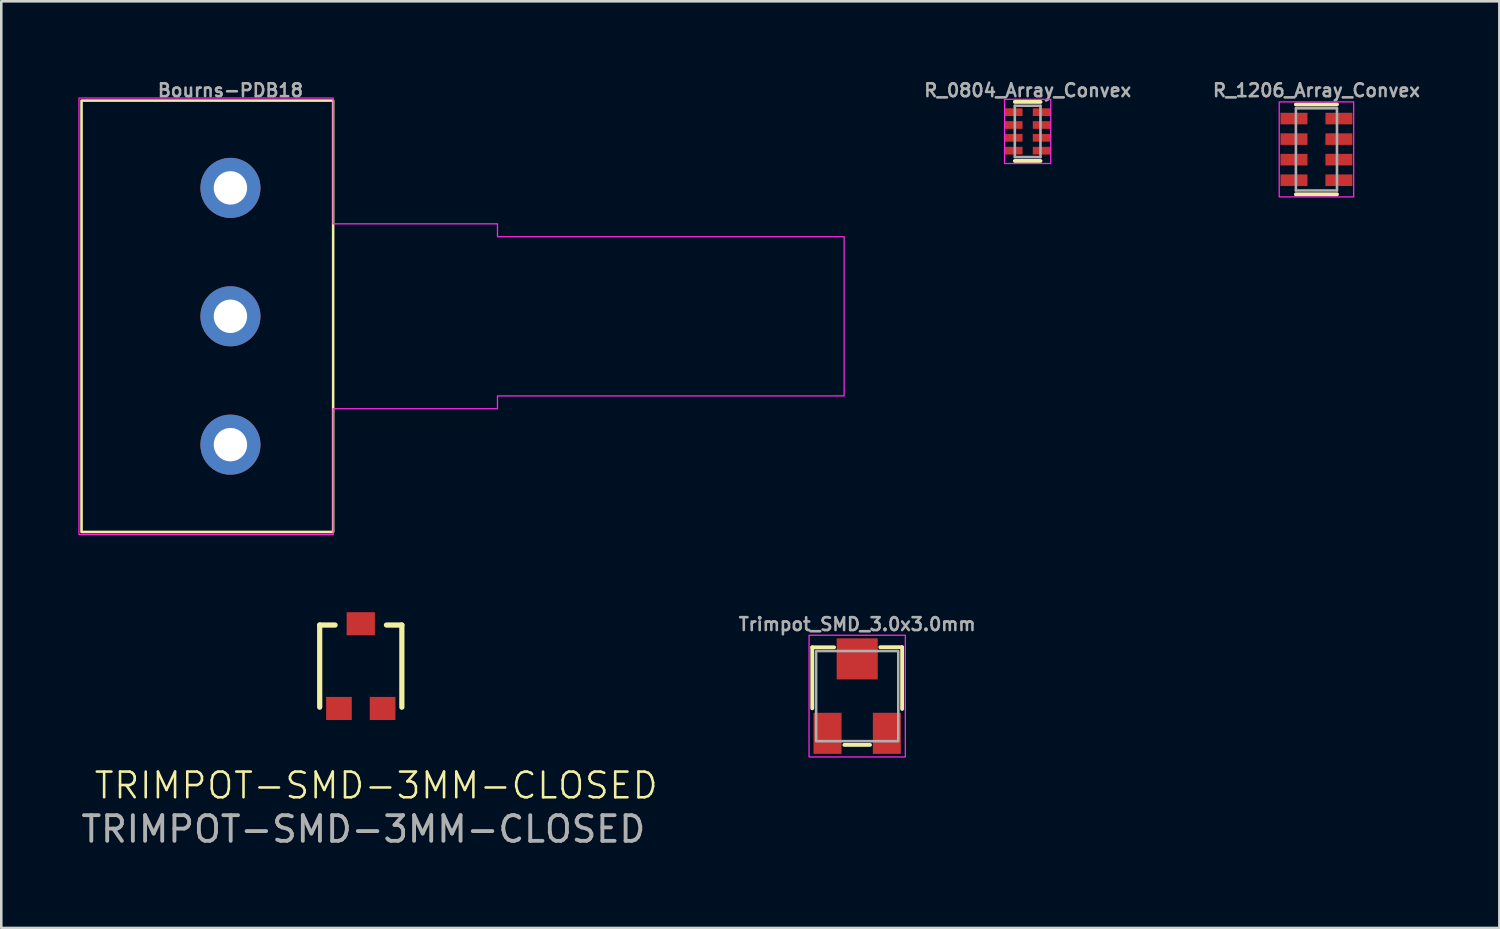
<source format=kicad_pcb>
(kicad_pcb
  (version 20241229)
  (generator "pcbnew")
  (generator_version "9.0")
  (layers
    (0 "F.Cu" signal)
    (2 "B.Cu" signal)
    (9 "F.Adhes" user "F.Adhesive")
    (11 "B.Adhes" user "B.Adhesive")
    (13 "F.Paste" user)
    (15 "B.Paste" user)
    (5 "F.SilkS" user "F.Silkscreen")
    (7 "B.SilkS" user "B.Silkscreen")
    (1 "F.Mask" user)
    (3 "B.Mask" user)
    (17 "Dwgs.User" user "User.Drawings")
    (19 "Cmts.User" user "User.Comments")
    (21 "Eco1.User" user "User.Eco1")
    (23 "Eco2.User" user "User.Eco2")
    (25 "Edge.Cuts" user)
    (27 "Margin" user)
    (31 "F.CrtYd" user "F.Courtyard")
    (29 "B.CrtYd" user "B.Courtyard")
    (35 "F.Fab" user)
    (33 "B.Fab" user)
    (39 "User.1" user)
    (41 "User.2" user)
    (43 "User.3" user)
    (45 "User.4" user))
  (footprint "R_0804_Array_Convex"
    (layer "F.Cu")
    (at 36.974 2.068)
    (property "Reference" "R_0804_Array_Convex" (at 0 -1.6 0) (unlocked yes) (layer "F.Fab") (effects (font (size 0.5 0.5) (thickness 0.1))))
    (attr smd)
    (fp_line (start -0.5 -1.15) (end 0.5 -1.15) (stroke (width 0.15) (type default)) (layer "F.SilkS"))
    (fp_line (start -0.5 1.15) (end 0.5 1.15) (stroke (width 0.15) (type default)) (layer "F.SilkS"))
    (fp_rect (start -0.9 -1.25) (end 0.9 1.25) (stroke (width 0.05) (type default)) (fill no) (layer "F.CrtYd"))
    (fp_line (start -0.5 -1) (end -0.5 1) (stroke (width 0.1) (type default)) (layer "F.Fab"))
    (fp_line (start -0.5 1) (end 0.5 1) (stroke (width 0.1) (type default)) (layer "F.Fab"))
    (fp_line (start 0.5 -1) (end -0.5 -1) (stroke (width 0.1) (type default)) (layer "F.Fab"))
    (fp_line (start 0.5 1) (end 0.5 -1) (stroke (width 0.1) (type default)) (layer "F.Fab"))
    (pad "1" smd rect (at -0.55 -0.75) (size 0.7 0.3) (layers "F.Cu" "F.Mask" "F.Paste"))
    (pad "2" smd rect (at 0.55 -0.75) (size 0.7 0.3) (layers "F.Cu" "F.Mask" "F.Paste"))
    (pad "3" smd rect (at -0.55 -0.25) (size 0.7 0.3) (layers "F.Cu" "F.Mask" "F.Paste"))
    (pad "4" smd rect (at 0.55 -0.25) (size 0.7 0.3) (layers "F.Cu" "F.Mask" "F.Paste"))
    (pad "5" smd rect (at -0.55 0.25) (size 0.7 0.3) (layers "F.Cu" "F.Mask" "F.Paste"))
    (pad "6" smd rect (at 0.55 0.25) (size 0.7 0.3) (layers "F.Cu" "F.Mask" "F.Paste"))
    (pad "7" smd rect (at -0.55 0.75) (size 0.7 0.3) (layers "F.Cu" "F.Mask" "F.Paste"))
    (pad "8" smd rect (at 0.55 0.75) (size 0.7 0.3) (layers "F.Cu" "F.Mask" "F.Paste")))
  (footprint "R_1206_Array_Convex"
    (layer "F.Cu")
    (at 48.221 2.768)
    (property "Reference" "R_1206_Array_Convex" (at 0 -2.3 0) (unlocked yes) (layer "F.Fab") (effects (font (size 0.5 0.5) (thickness 0.1))))
    (attr smd)
    (fp_line (start -0.8 -1.75) (end 0.8 -1.75) (stroke (width 0.15) (type default)) (layer "F.SilkS"))
    (fp_line (start -0.8 1.75) (end 0.8 1.75) (stroke (width 0.15) (type default)) (layer "F.SilkS"))
    (fp_rect (start -1.45 -1.85) (end 1.45 1.85) (stroke (width 0.05) (type default)) (fill no) (layer "F.CrtYd"))
    (fp_line (start -0.8 -1.6) (end -0.8 1.6) (stroke (width 0.1) (type default)) (layer "F.Fab"))
    (fp_line (start -0.8 1.6) (end 0.8 1.6) (stroke (width 0.1) (type default)) (layer "F.Fab"))
    (fp_line (start 0.8 -1.6) (end -0.8 -1.6) (stroke (width 0.1) (type default)) (layer "F.Fab"))
    (fp_line (start 0.8 1.6) (end 0.8 -1.6) (stroke (width 0.1) (type default)) (layer "F.Fab"))
    (pad "1" smd rect (at -0.875 -1.2) (size 1.05 0.45) (layers "F.Cu" "F.Mask" "F.Paste"))
    (pad "2" smd rect (at 0.875 -1.2) (size 1.05 0.45) (layers "F.Cu" "F.Mask" "F.Paste"))
    (pad "3" smd rect (at -0.875 -0.4) (size 1.05 0.45) (layers "F.Cu" "F.Mask" "F.Paste"))
    (pad "4" smd rect (at 0.875 -0.4) (size 1.05 0.45) (layers "F.Cu" "F.Mask" "F.Paste"))
    (pad "5" smd rect (at -0.875 0.4) (size 1.05 0.45) (layers "F.Cu" "F.Mask" "F.Paste"))
    (pad "6" smd rect (at 0.875 0.4) (size 1.05 0.45) (layers "F.Cu" "F.Mask" "F.Paste"))
    (pad "7" smd rect (at -0.875 1.2) (size 1.05 0.45) (layers "F.Cu" "F.Mask" "F.Paste"))
    (pad "8" smd rect (at 0.875 1.2) (size 1.05 0.45) (layers "F.Cu" "F.Mask" "F.Paste")))
  (footprint "Bourns-PDB18"
    (layer "F.Cu")
    (at 5.925 9.268)
    (property "Reference" "Bourns-PDB18" (at 0 -8.8 0) (unlocked yes) (layer "F.Fab") (effects (font (size 0.5 0.5) (thickness 0.1))))
    (attr smd)
    (fp_rect (start -5.8 -8.4) (end 4 8.4) (stroke (width 0.1) (type default)) (fill no) (layer "F.SilkS"))
    (fp_poly (pts (xy 4 -8.5) (xy -5.9 -8.5) (xy -5.9 8.5) (xy 4 8.5) (xy 4 3.6) (xy 10.4 3.6) (xy 10.4 3.1) (xy 23.9 3.1) (xy 23.9 -3.1) (xy 10.4 -3.1) (xy 10.4 -3.6) (xy 4 -3.6)) (stroke (width 0.05) (type solid)) (fill no) (layer "F.CrtYd"))
    (fp_rect (start -5.65 -8.3) (end 3.85 8.3) (stroke (width 0.1) (type default)) (fill no) (layer "User.1"))
    (fp_poly (pts (xy 3.9 -3.5) (xy 10.3 -3.5) (xy 10.3 -3) (xy 23.8 -3) (xy 23.8 3) (xy 10.3 3) (xy 10.3 3.5) (xy 3.9 3.5)) (stroke (width 0.1) (type solid)) (fill no) (layer "User.1"))
    (pad "1" thru_hole circle (at 0 5) (size 2.34 2.34) (drill 1.3) (layers "*.Cu" "*.Mask"))
    (pad "2" thru_hole circle (at 0 0) (size 2.34 2.34) (drill 1.3) (layers "*.Cu" "*.Mask"))
    (pad "3" thru_hole circle (at 0 -5) (size 2.34 2.34) (drill 1.3) (layers "*.Cu" "*.Mask")))
  (footprint "TRIMPOT-SMD-3MM-CLOSED"
    (layer "F.Cu")
    (at 11.001 22.893)
    (property "Reference" "TRIMPOT-SMD-3MM-CLOSED" (at 0.6 4.65 0) (unlocked yes) (layer "F.SilkS") (effects (font (size 1 1) (thickness 0.1))))
    (attr smd)
    (fp_line (start -1.6 -1.6) (end -1 -1.6) (stroke (width 0.203) (type default)) (layer "F.SilkS"))
    (fp_line (start -1.6 1.6) (end -1.6 -1.6) (stroke (width 0.203) (type default)) (layer "F.SilkS"))
    (fp_line (start 1.6 -1.6) (end 1 -1.6) (stroke (width 0.203) (type default)) (layer "F.SilkS"))
    (fp_line (start 1.6 1.6) (end 1.6 -1.6) (stroke (width 0.203) (type default)) (layer "F.SilkS"))
    (fp_text user "${REFERENCE}" (at 0.1 6.35 0) (unlocked yes) (layer "F.Fab") (effects (font (size 1 1) (thickness 0.15))))
    (pad "1" smd rect (at -0.85 1.65) (size 1 0.9) (layers "F.Cu" "F.Mask" "F.Paste"))
    (pad "2" smd rect (at 0 -1.65) (size 1.1 0.9) (layers "F.Cu" "F.Mask" "F.Paste"))
    (pad "3" smd rect (at 0.85 1.65) (size 1 0.9) (layers "F.Cu" "F.Mask" "F.Paste")))
  (footprint "Trimpot_SMD_3.0x3.0mm"
    (layer "F.Cu")
    (at 30.335 24.061)
    (property "Reference" "Trimpot_SMD_3.0x3.0mm" (at 0 -2.8 0) (layer "F.Fab") (effects (font (size 0.5 0.5) (thickness 0.1) (bold yes))))
    (attr smd)
    (fp_line (start -1.75 -1.9) (end -0.9 -1.9) (stroke (width 0.15) (type default)) (layer "F.SilkS"))
    (fp_line (start -1.75 0.475) (end -1.75 -1.9) (stroke (width 0.15) (type default)) (layer "F.SilkS"))
    (fp_line (start 0.5 1.9) (end -0.5 1.9) (stroke (width 0.15) (type default)) (layer "F.SilkS"))
    (fp_line (start 1.75 -1.905) (end 0.9 -1.905) (stroke (width 0.15) (type default)) (layer "F.SilkS"))
    (fp_line (start 1.75 0.5) (end 1.75 -1.9) (stroke (width 0.15) (type default)) (layer "F.SilkS"))
    (fp_rect (start -1.875 -2.37) (end 1.875 2.37) (stroke (width 0.05) (type default)) (fill no) (layer "F.CrtYd"))
    (fp_rect (start -1.6 -1.755) (end 1.6 1.755) (stroke (width 0.1) (type solid)) (fill no) (layer "F.Fab"))
    (pad "1" smd rect (at -1.155 1.45) (size 1.09 1.6) (layers "F.Cu" "F.Mask" "F.Paste"))
    (pad "2" smd rect (at 0 -1.45) (size 1.6 1.6) (layers "F.Cu" "F.Mask" "F.Paste"))
    (pad "3" smd rect (at 1.155 1.45) (size 1.09 1.6) (layers "F.Cu" "F.Mask" "F.Paste")))
  (gr_rect
    (start -3 -3)
    (end 55.345 33.091)
    (stroke (width 0.1) (type default))
    (fill no)
    (layer "Edge.Cuts")))
</source>
